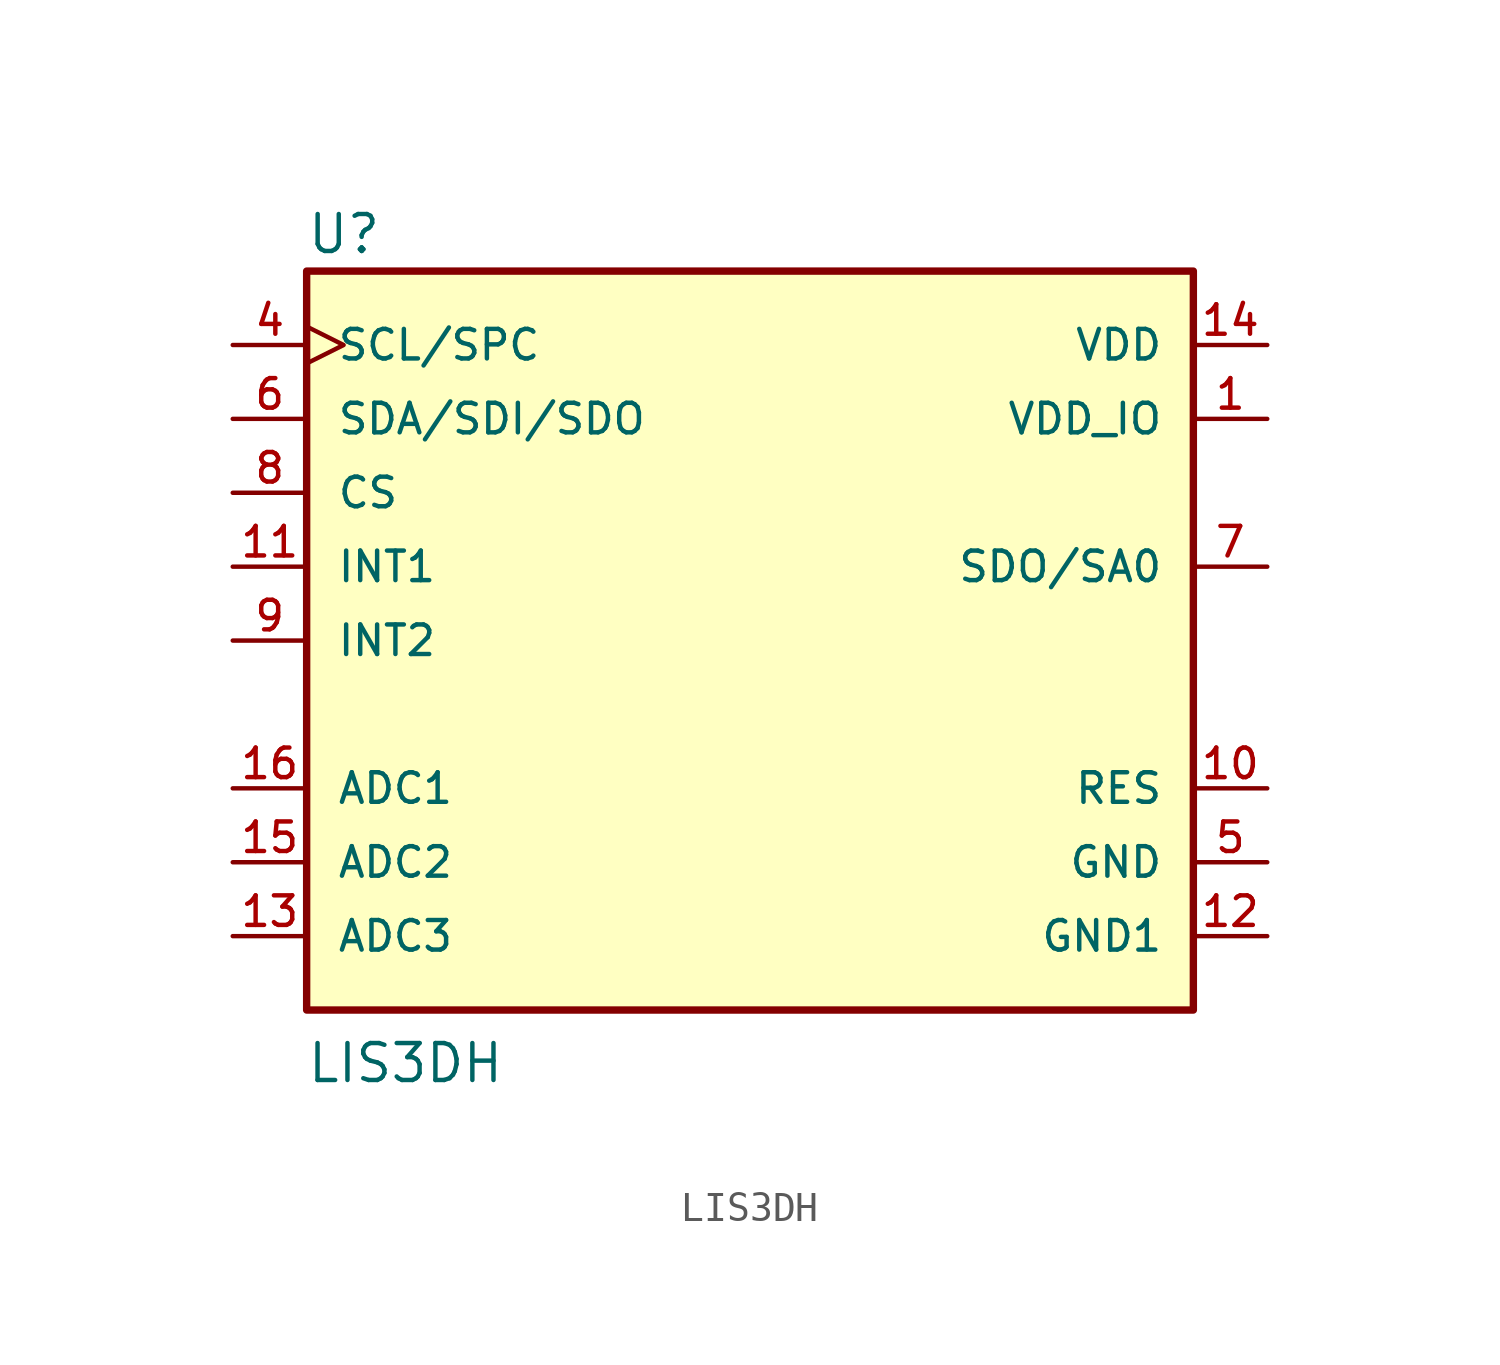
<source format=kicad_sym>
(kicad_symbol_lib
  (version 20211014)
  (generator kicad_symbol_editor)
  (symbol "LIS3DH"
    (pin_names
      (offset 1.016))
    (property "Reference" "U"
      (at -15.264 13.229 0)
      (effects (font (size 1.27 1.27)) (justify bottom left)))
    (property "Value" "LIS3DH"
      (at -15.268 -15.268 0)
      (effects (font (size 1.27 1.27)) (justify bottom left)))
    (symbol "LIS3DH_0_0"
      (rectangle (start -15.24 -12.7) (end 15.24 12.7) (stroke (width 0.254)) (fill (type background)))
      (pin input clock (at -17.78 10.16 0) (length 2.54) (name "SCL/SPC" (effects (font (size 1.016 1.016)))) (number "4" (effects (font (size 1.016 1.016)))))
      (pin input line (at -17.78 7.62 0) (length 2.54) (name "SDA/SDI/SDO" (effects (font (size 1.016 1.016)))) (number "6" (effects (font (size 1.016 1.016)))))
      (pin input line (at -17.78 5.08 0) (length 2.54) (name "CS" (effects (font (size 1.016 1.016)))) (number "8" (effects (font (size 1.016 1.016)))))
      (pin input line (at -17.78 0.0 0) (length 2.54) (name "INT2" (effects (font (size 1.016 1.016)))) (number "9" (effects (font (size 1.016 1.016)))))
      (pin input line (at -17.78 2.54 0) (length 2.54) (name "INT1" (effects (font (size 1.016 1.016)))) (number "11" (effects (font (size 1.016 1.016)))))
      (pin input line (at -17.78 -10.16 0) (length 2.54) (name "ADC3" (effects (font (size 1.016 1.016)))) (number "13" (effects (font (size 1.016 1.016)))))
      (pin power_in line (at 17.78 7.62 180.0) (length 2.54) (name "VDD_IO" (effects (font (size 1.016 1.016)))) (number "1" (effects (font (size 1.016 1.016)))))
      (pin output line (at 17.78 2.54 180.0) (length 2.54) (name "SDO/SA0" (effects (font (size 1.016 1.016)))) (number "7" (effects (font (size 1.016 1.016)))))
      (pin power_in line (at 17.78 10.16 180.0) (length 2.54) (name "VDD" (effects (font (size 1.016 1.016)))) (number "14" (effects (font (size 1.016 1.016)))))
      (pin power_in line (at 17.78 -10.16 180.0) (length 2.54) (name "GND1" (effects (font (size 1.016 1.016)))) (number "12" (effects (font (size 1.016 1.016)))))
      (pin power_in line (at 17.78 -5.08 180.0) (length 2.54) (name "RES" (effects (font (size 1.016 1.016)))) (number "10" (effects (font (size 1.016 1.016)))))
      (pin power_in line (at 17.78 -7.62 180.0) (length 2.54) (name "GND" (effects (font (size 1.016 1.016)))) (number "5" (effects (font (size 1.016 1.016)))))
      (pin input line (at -17.78 -5.08 0) (length 2.54) (name "ADC1" (effects (font (size 1.016 1.016)))) (number "16" (effects (font (size 1.016 1.016)))))
      (pin input line (at -17.78 -7.62 0) (length 2.54) (name "ADC2" (effects (font (size 1.016 1.016)))) (number "15" (effects (font (size 1.016 1.016))))))))
</source>
